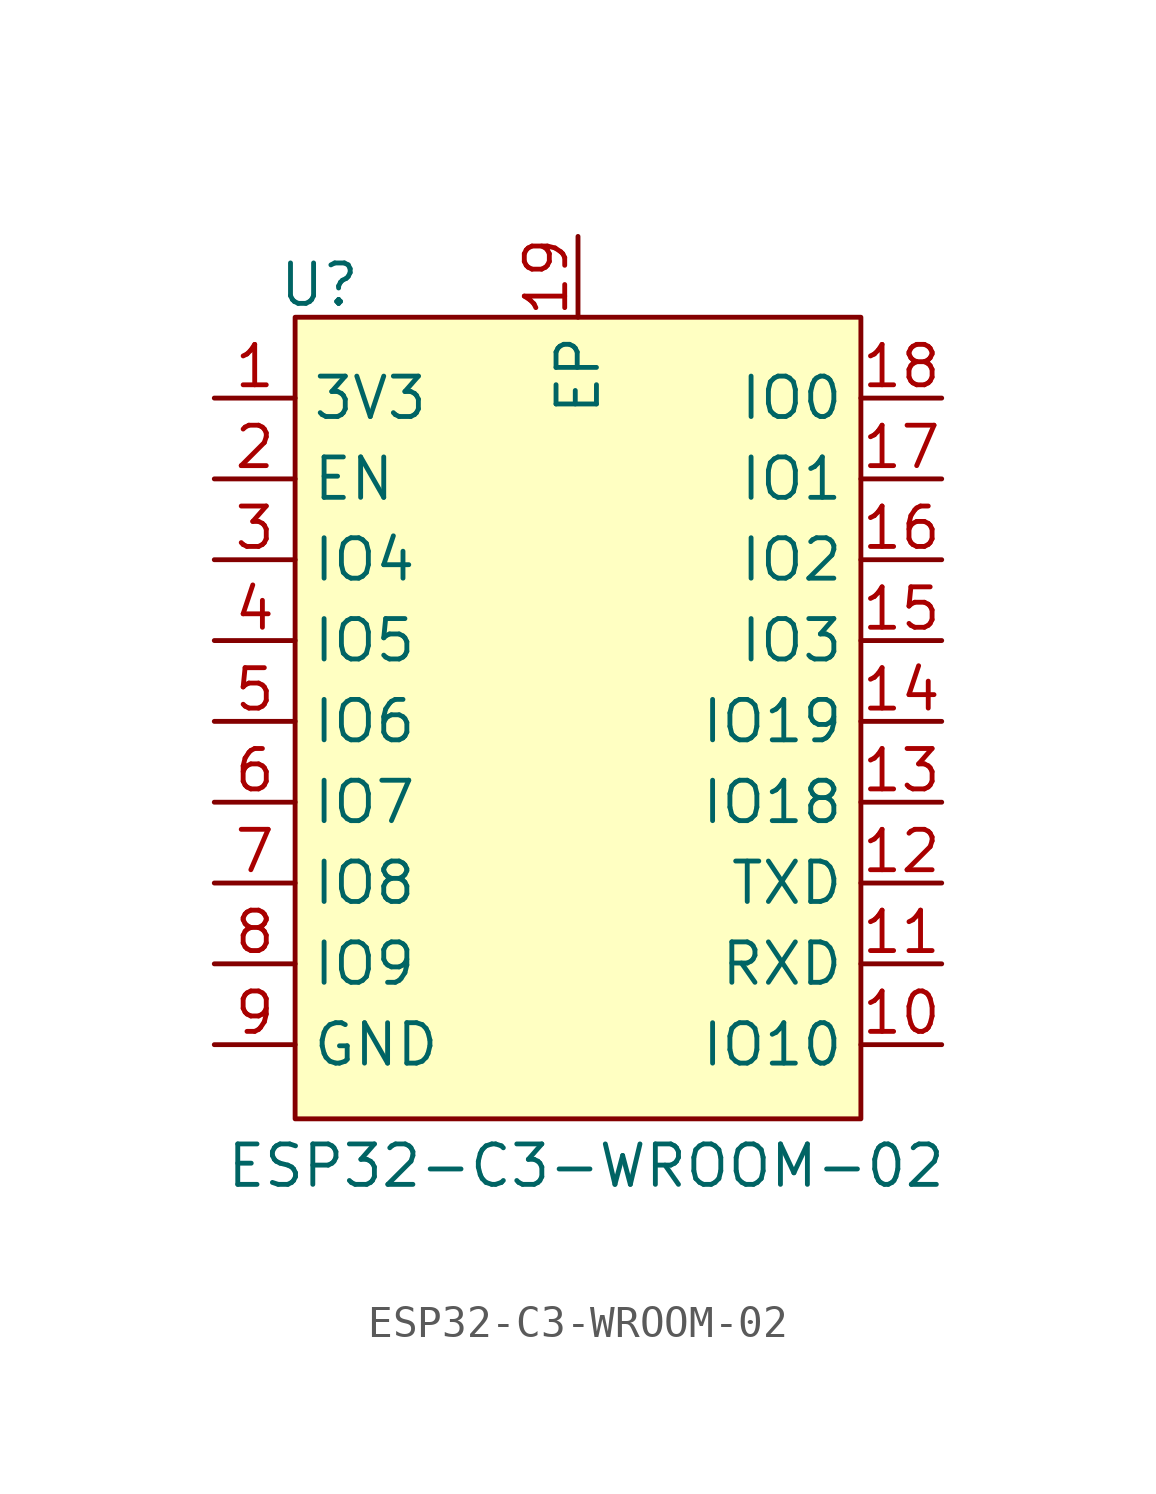
<source format=kicad_sym>
(kicad_symbol_lib
  (version 20231120)
  (generator "kicad_symbol_editor")
  (generator_version "8.0")
  (symbol "ESP32-C3-WROOM-02"
    (property "Reference" "U"
      (at -8.128 13.716 0)
      (effects (font (size 1.27 1.27))))
    (property "Value" "ESP32-C3-WROOM-02"
      (at 0.254 -13.97 0)
      (effects (font (size 1.27 1.27))))
    (symbol "ESP32-C3-WROOM-02_1_0"
      (pin bidirectional line (at 11.43 -10.16 180) (length 2.54) (name "IO10" (effects (font (size 1.27 1.27)))) (number "10" (effects (font (size 1.27 1.27)))))
      (pin bidirectional line (at 11.43 -5.08 180) (length 2.54) (name "TXD" (effects (font (size 1.27 1.27)))) (number "12" (effects (font (size 1.27 1.27)))))
      (pin bidirectional line (at -11.43 2.54 0) (length 2.54) (name "IO5" (effects (font (size 1.27 1.27)))) (number "4" (effects (font (size 1.27 1.27)))))
      (pin bidirectional line (at -11.43 0 0) (length 2.54) (name "IO6" (effects (font (size 1.27 1.27)))) (number "5" (effects (font (size 1.27 1.27)))))
      (pin bidirectional line (at -11.43 -2.54 0) (length 2.54) (name "IO7" (effects (font (size 1.27 1.27)))) (number "6" (effects (font (size 1.27 1.27)))))
      (pin bidirectional line (at -11.43 -5.08 0) (length 2.54) (name "IO8" (effects (font (size 1.27 1.27)))) (number "7" (effects (font (size 1.27 1.27)))))
      (pin bidirectional line (at -11.43 -7.62 0) (length 2.54) (name "IO9" (effects (font (size 1.27 1.27)))) (number "8" (effects (font (size 1.27 1.27)))))
      (pin power_in line (at -11.43 -10.16 0) (length 2.54) (name "GND" (effects (font (size 1.27 1.27)))) (number "9" (effects (font (size 1.27 1.27))))))
    (symbol "ESP32-C3-WROOM-02_1_1"
      (rectangle (start -8.89 12.7) (end 8.89 -12.491) (stroke (width 0) (type default)) (fill (type background)))
      (pin power_in line (at -11.43 10.16 0) (length 2.54) (name "3V3" (effects (font (size 1.27 1.27)))) (number "1" (effects (font (size 1.27 1.27)))))
      (pin bidirectional line (at 11.43 -7.62 180) (length 2.54) (name "RXD" (effects (font (size 1.27 1.27)))) (number "11" (effects (font (size 1.27 1.27)))))
      (pin bidirectional line (at 11.43 -2.54 180) (length 2.54) (name "IO18" (effects (font (size 1.27 1.27)))) (number "13" (effects (font (size 1.27 1.27)))))
      (pin bidirectional line (at 11.43 0 180) (length 2.54) (name "IO19" (effects (font (size 1.27 1.27)))) (number "14" (effects (font (size 1.27 1.27)))))
      (pin bidirectional line (at 11.43 2.54 180) (length 2.54) (name "IO3" (effects (font (size 1.27 1.27)))) (number "15" (effects (font (size 1.27 1.27)))))
      (pin bidirectional line (at 11.43 5.08 180) (length 2.54) (name "IO2" (effects (font (size 1.27 1.27)))) (number "16" (effects (font (size 1.27 1.27)))))
      (pin bidirectional line (at 11.43 7.62 180) (length 2.54) (name "IO1" (effects (font (size 1.27 1.27)))) (number "17" (effects (font (size 1.27 1.27)))))
      (pin bidirectional line (at 11.43 10.16 180) (length 2.54) (name "IO0" (effects (font (size 1.27 1.27)))) (number "18" (effects (font (size 1.27 1.27)))))
      (pin passive line (at 0 15.24 270) (length 2.54) (name "EP" (effects (font (size 1.27 1.27)))) (number "19" (effects (font (size 1.27 1.27)))))
      (pin input line (at -11.43 7.62 0) (length 2.54) (name "EN" (effects (font (size 1.27 1.27)))) (number "2" (effects (font (size 1.27 1.27)))))
      (pin bidirectional line (at -11.43 5.08 0) (length 2.54) (name "IO4" (effects (font (size 1.27 1.27)))) (number "3" (effects (font (size 1.27 1.27))))))))
</source>
